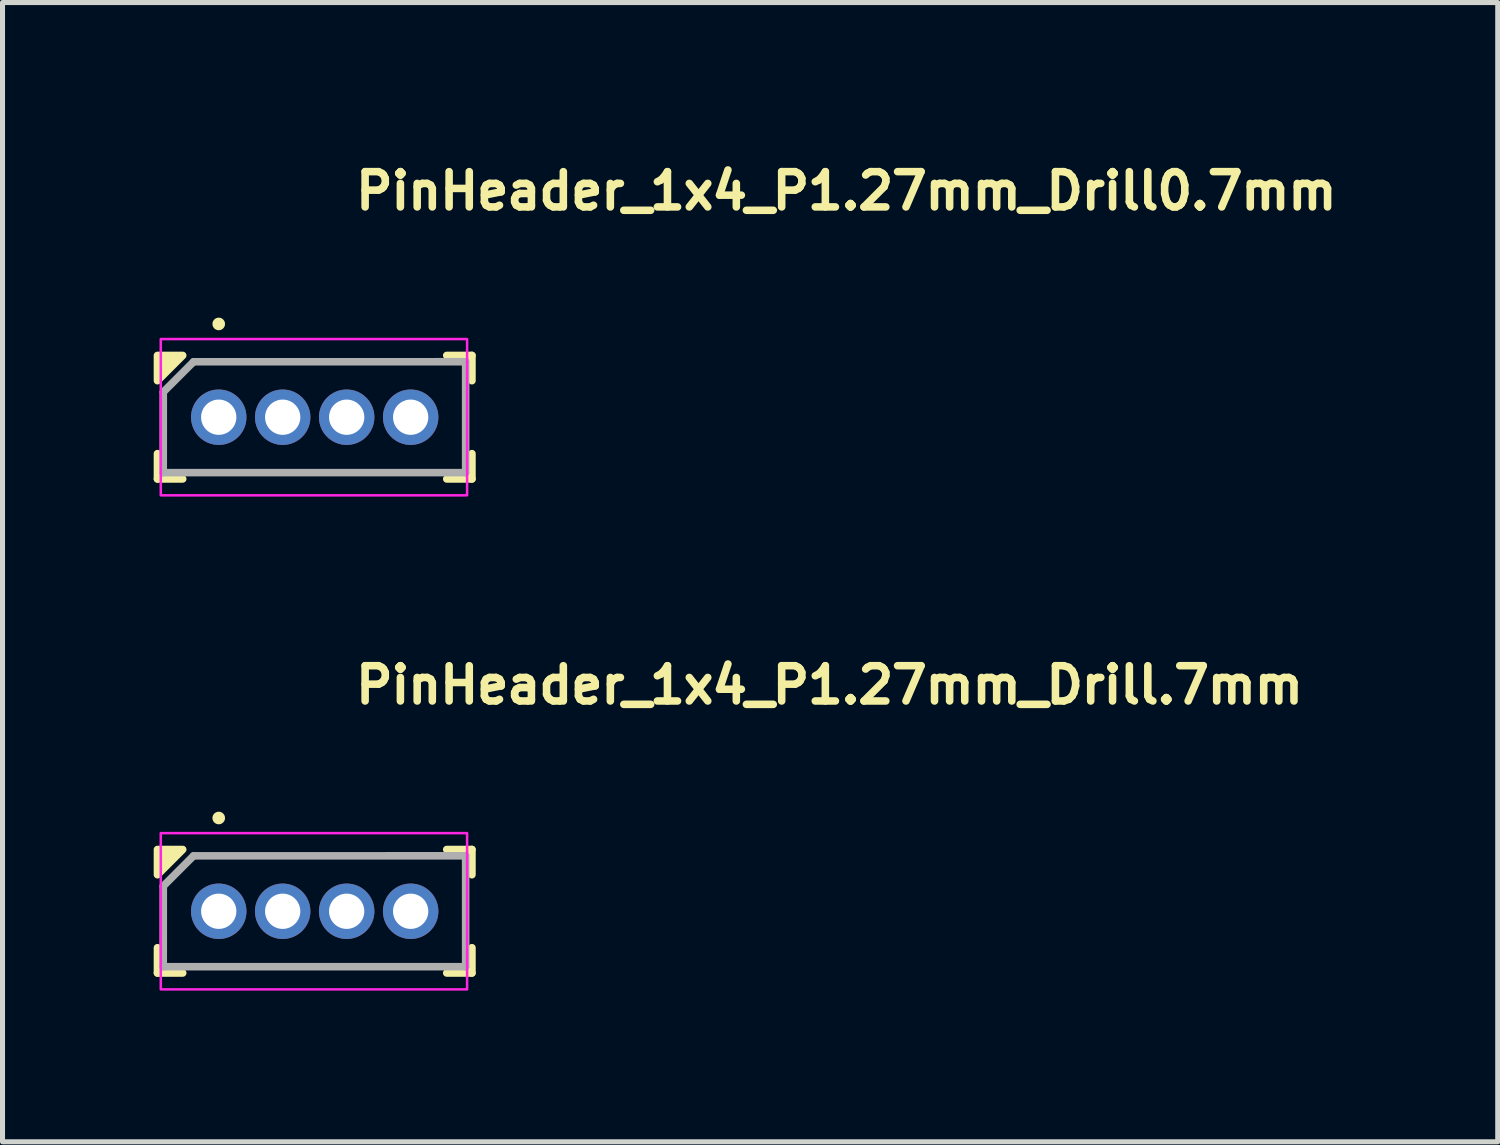
<source format=kicad_pcb>
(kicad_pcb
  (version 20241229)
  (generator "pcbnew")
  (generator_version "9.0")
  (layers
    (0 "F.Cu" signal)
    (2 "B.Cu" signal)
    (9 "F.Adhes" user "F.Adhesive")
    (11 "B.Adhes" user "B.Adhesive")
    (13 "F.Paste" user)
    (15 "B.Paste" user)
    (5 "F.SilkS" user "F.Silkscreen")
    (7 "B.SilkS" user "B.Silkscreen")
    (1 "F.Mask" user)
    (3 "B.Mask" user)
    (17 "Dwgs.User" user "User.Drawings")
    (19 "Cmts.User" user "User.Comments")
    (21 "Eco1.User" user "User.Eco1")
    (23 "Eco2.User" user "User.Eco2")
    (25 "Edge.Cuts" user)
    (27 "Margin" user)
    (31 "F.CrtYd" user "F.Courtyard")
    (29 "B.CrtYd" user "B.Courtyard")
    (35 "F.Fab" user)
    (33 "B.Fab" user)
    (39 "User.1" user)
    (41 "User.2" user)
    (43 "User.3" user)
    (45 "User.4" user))
  (footprint "PinHeader_1x4_P1.27mm_Drill.7mm"
    (layer "F.Cu")
    (at 1.291 15.035)
    (property "Reference" "PinHeader_1x4_P1.27mm_Drill.7mm" (at 2.64 -4.08 0) (layer "F.SilkS") (effects (font (size 0.7 0.7) (thickness 0.15)) (justify left bottom)))
    (attr through_hole)
    (fp_line (start -1.216 1.225) (end -1.216 0.723) (stroke (width 0.15) (type solid)) (layer "F.SilkS"))
    (fp_line (start -1.216 1.225) (end -0.715 1.225) (stroke (width 0.15) (type solid)) (layer "F.SilkS"))
    (fp_line (start 5.025 -1.226) (end 4.525 -1.226) (stroke (width 0.15) (type solid)) (layer "F.SilkS"))
    (fp_line (start 5.025 -1.226) (end 5.025 -0.725) (stroke (width 0.15) (type solid)) (layer "F.SilkS"))
    (fp_line (start 5.025 1.225) (end 4.525 1.225) (stroke (width 0.15) (type solid)) (layer "F.SilkS"))
    (fp_line (start 5.025 1.225) (end 5.025 0.723) (stroke (width 0.15) (type solid)) (layer "F.SilkS"))
    (fp_circle (center 0 -1.851) (end 0.05 -1.851) (stroke (width 0.15) (type solid)) (fill yes) (layer "F.SilkS"))
    (fp_poly (pts (xy -1.216 -0.725) (xy -1.216 -1.226) (xy -0.715 -1.226)) (stroke (width 0.15) (type solid)) (fill yes) (layer "F.SilkS"))
    (fp_rect (start 4.929 1.55) (end -1.15 -1.551) (stroke (width 0.05) (type solid)) (fill no) (layer "F.CrtYd"))
    (fp_line (start -1.101 1.1) (end 4.9 1.1) (stroke (width 0.15) (type solid)) (layer "F.Fab"))
    (fp_line (start -1.1 -0.5) (end -1.101 1.1) (stroke (width 0.15) (type solid)) (layer "F.Fab"))
    (fp_line (start -1.1 -0.5) (end -0.5 -1.1) (stroke (width 0.15) (type solid)) (layer "F.Fab"))
    (fp_line (start -0.5 -1.1) (end 4.9 -1.101) (stroke (width 0.15) (type solid)) (layer "F.Fab"))
    (fp_line (start 4.9 -1.101) (end 4.9 1.1) (stroke (width 0.15) (type solid)) (layer "F.Fab"))
    (fp_rect (start 4.429 1.05) (end -0.65 -1.051) (stroke (width 0.1) (type solid)) (fill no) (layer "User.5"))
    (fp_line (start -0.635 -0.923) (end -0.635 0.925) (stroke (width 0.02) (type solid)) (layer "User.9"))
    (fp_line (start -0.635 0.925) (end -0.508 1.051) (stroke (width 0.02) (type solid)) (layer "User.9"))
    (fp_line (start -0.508 -1.05) (end -0.635 -0.923) (stroke (width 0.02) (type solid)) (layer "User.9"))
    (fp_line (start -0.508 1.051) (end 0.506 1.051) (stroke (width 0.02) (type solid)) (layer "User.9"))
    (fp_line (start -0.202 -0.2) (end -0.102 -0.1) (stroke (width 0.02) (type solid)) (layer "User.9"))
    (fp_line (start -0.202 0.202) (end -0.202 -0.2) (stroke (width 0.02) (type solid)) (layer "User.9"))
    (fp_line (start -0.202 0.202) (end -0.102 0.102) (stroke (width 0.02) (type solid)) (layer "User.9"))
    (fp_line (start -0.102 0.102) (end -0.102 -0.1) (stroke (width 0.02) (type solid)) (layer "User.9"))
    (fp_line (start 0.1 -0.1) (end -0.102 -0.1) (stroke (width 0.02) (type solid)) (layer "User.9"))
    (fp_line (start 0.1 0.102) (end -0.102 0.102) (stroke (width 0.02) (type solid)) (layer "User.9"))
    (fp_line (start 0.1 0.102) (end 0.1 -0.1) (stroke (width 0.02) (type solid)) (layer "User.9"))
    (fp_line (start 0.2 -0.2) (end -0.202 -0.2) (stroke (width 0.02) (type solid)) (layer "User.9"))
    (fp_line (start 0.2 -0.2) (end 0.1 -0.1) (stroke (width 0.02) (type solid)) (layer "User.9"))
    (fp_line (start 0.2 0.202) (end -0.202 0.202) (stroke (width 0.02) (type solid)) (layer "User.9"))
    (fp_line (start 0.2 0.202) (end 0.1 0.102) (stroke (width 0.02) (type solid)) (layer "User.9"))
    (fp_line (start 0.2 0.202) (end 0.2 -0.2) (stroke (width 0.02) (type solid)) (layer "User.9"))
    (fp_line (start 0.506 -1.05) (end -0.508 -1.05) (stroke (width 0.02) (type solid)) (layer "User.9"))
    (fp_line (start 0.506 1.051) (end 0.633 0.925) (stroke (width 0.02) (type solid)) (layer "User.9"))
    (fp_line (start 0.633 -0.923) (end 0.506 -1.05) (stroke (width 0.02) (type solid)) (layer "User.9"))
    (fp_line (start 0.633 0.925) (end 0.76 1.051) (stroke (width 0.02) (type solid)) (layer "User.9"))
    (fp_line (start 0.76 -1.05) (end 0.633 -0.923) (stroke (width 0.02) (type solid)) (layer "User.9"))
    (fp_line (start 0.76 1.051) (end 1.776 1.051) (stroke (width 0.02) (type solid)) (layer "User.9"))
    (fp_line (start 1.069 -0.2) (end 1.168 -0.1) (stroke (width 0.02) (type solid)) (layer "User.9"))
    (fp_line (start 1.069 0.202) (end 1.069 -0.2) (stroke (width 0.02) (type solid)) (layer "User.9"))
    (fp_line (start 1.069 0.202) (end 1.168 0.102) (stroke (width 0.02) (type solid)) (layer "User.9"))
    (fp_line (start 1.168 0.102) (end 1.168 -0.1) (stroke (width 0.02) (type solid)) (layer "User.9"))
    (fp_line (start 1.369 -0.1) (end 1.168 -0.1) (stroke (width 0.02) (type solid)) (layer "User.9"))
    (fp_line (start 1.369 0.102) (end 1.168 0.102) (stroke (width 0.02) (type solid)) (layer "User.9"))
    (fp_line (start 1.369 0.102) (end 1.369 -0.1) (stroke (width 0.02) (type solid)) (layer "User.9"))
    (fp_line (start 1.468 -0.2) (end 1.069 -0.2) (stroke (width 0.02) (type solid)) (layer "User.9"))
    (fp_line (start 1.468 -0.2) (end 1.369 -0.1) (stroke (width 0.02) (type solid)) (layer "User.9"))
    (fp_line (start 1.468 0.202) (end 1.069 0.202) (stroke (width 0.02) (type solid)) (layer "User.9"))
    (fp_line (start 1.468 0.202) (end 1.369 0.102) (stroke (width 0.02) (type solid)) (layer "User.9"))
    (fp_line (start 1.468 0.202) (end 1.468 -0.2) (stroke (width 0.02) (type solid)) (layer "User.9"))
    (fp_line (start 1.776 -1.05) (end 0.76 -1.05) (stroke (width 0.02) (type solid)) (layer "User.9"))
    (fp_line (start 1.776 1.051) (end 1.903 0.925) (stroke (width 0.02) (type solid)) (layer "User.9"))
    (fp_line (start 1.903 -0.923) (end 1.776 -1.05) (stroke (width 0.02) (type solid)) (layer "User.9"))
    (fp_line (start 1.903 0.925) (end 2.03 1.051) (stroke (width 0.02) (type solid)) (layer "User.9"))
    (fp_line (start 2.03 -1.05) (end 1.903 -0.923) (stroke (width 0.02) (type solid)) (layer "User.9"))
    (fp_line (start 2.03 1.051) (end 3.046 1.051) (stroke (width 0.02) (type solid)) (layer "User.9"))
    (fp_line (start 2.338 -0.2) (end 2.438 -0.1) (stroke (width 0.02) (type solid)) (layer "User.9"))
    (fp_line (start 2.338 0.202) (end 2.338 -0.2) (stroke (width 0.02) (type solid)) (layer "User.9"))
    (fp_line (start 2.338 0.202) (end 2.438 0.102) (stroke (width 0.02) (type solid)) (layer "User.9"))
    (fp_line (start 2.438 0.102) (end 2.438 -0.1) (stroke (width 0.02) (type solid)) (layer "User.9"))
    (fp_line (start 2.639 -0.1) (end 2.438 -0.1) (stroke (width 0.02) (type solid)) (layer "User.9"))
    (fp_line (start 2.639 0.102) (end 2.438 0.102) (stroke (width 0.02) (type solid)) (layer "User.9"))
    (fp_line (start 2.639 0.102) (end 2.639 -0.1) (stroke (width 0.02) (type solid)) (layer "User.9"))
    (fp_line (start 2.74 -0.2) (end 2.338 -0.2) (stroke (width 0.02) (type solid)) (layer "User.9"))
    (fp_line (start 2.74 -0.2) (end 2.639 -0.1) (stroke (width 0.02) (type solid)) (layer "User.9"))
    (fp_line (start 2.74 0.202) (end 2.338 0.202) (stroke (width 0.02) (type solid)) (layer "User.9"))
    (fp_line (start 2.74 0.202) (end 2.639 0.102) (stroke (width 0.02) (type solid)) (layer "User.9"))
    (fp_line (start 2.74 0.202) (end 2.74 -0.2) (stroke (width 0.02) (type solid)) (layer "User.9"))
    (fp_line (start 3.046 -1.05) (end 2.03 -1.05) (stroke (width 0.02) (type solid)) (layer "User.9"))
    (fp_line (start 3.046 1.051) (end 3.174 0.925) (stroke (width 0.02) (type solid)) (layer "User.9"))
    (fp_line (start 3.174 -0.923) (end 3.046 -1.05) (stroke (width 0.02) (type solid)) (layer "User.9"))
    (fp_line (start 3.174 0.925) (end 3.3 1.051) (stroke (width 0.02) (type solid)) (layer "User.9"))
    (fp_line (start 3.3 -1.05) (end 3.174 -0.923) (stroke (width 0.02) (type solid)) (layer "User.9"))
    (fp_line (start 3.3 1.051) (end 4.317 1.051) (stroke (width 0.02) (type solid)) (layer "User.9"))
    (fp_line (start 3.608 -0.2) (end 3.708 -0.1) (stroke (width 0.02) (type solid)) (layer "User.9"))
    (fp_line (start 3.608 0.202) (end 3.608 -0.2) (stroke (width 0.02) (type solid)) (layer "User.9"))
    (fp_line (start 3.608 0.202) (end 3.708 0.102) (stroke (width 0.02) (type solid)) (layer "User.9"))
    (fp_line (start 3.708 0.102) (end 3.708 -0.1) (stroke (width 0.02) (type solid)) (layer "User.9"))
    (fp_line (start 3.909 -0.1) (end 3.708 -0.1) (stroke (width 0.02) (type solid)) (layer "User.9"))
    (fp_line (start 3.909 0.102) (end 3.708 0.102) (stroke (width 0.02) (type solid)) (layer "User.9"))
    (fp_line (start 3.909 0.102) (end 3.909 -0.1) (stroke (width 0.02) (type solid)) (layer "User.9"))
    (fp_line (start 4.008 -0.2) (end 3.608 -0.2) (stroke (width 0.02) (type solid)) (layer "User.9"))
    (fp_line (start 4.008 -0.2) (end 3.909 -0.1) (stroke (width 0.02) (type solid)) (layer "User.9"))
    (fp_line (start 4.008 0.202) (end 3.608 0.202) (stroke (width 0.02) (type solid)) (layer "User.9"))
    (fp_line (start 4.008 0.202) (end 3.909 0.102) (stroke (width 0.02) (type solid)) (layer "User.9"))
    (fp_line (start 4.008 0.202) (end 4.008 -0.2) (stroke (width 0.02) (type solid)) (layer "User.9"))
    (fp_line (start 4.317 -1.05) (end 3.3 -1.05) (stroke (width 0.02) (type solid)) (layer "User.9"))
    (fp_line (start 4.317 1.051) (end 4.444 0.925) (stroke (width 0.02) (type solid)) (layer "User.9"))
    (fp_line (start 4.444 -0.923) (end 4.317 -1.05) (stroke (width 0.02) (type solid)) (layer "User.9"))
    (fp_line (start 4.444 0.925) (end 4.444 -0.923) (stroke (width 0.02) (type solid)) (layer "User.9"))
    (pad "1" thru_hole circle (at 0 0) (size 1.1 1.1) (drill 0.7) (layers "*.Cu" "*.Mask"))
    (pad "2" thru_hole circle (at 1.269 0) (size 1.1 1.1) (drill 0.7) (layers "*.Cu" "*.Mask"))
    (pad "3" thru_hole circle (at 2.539 0) (size 1.1 1.1) (drill 0.7) (layers "*.Cu" "*.Mask"))
    (pad "4" thru_hole circle (at 3.809 0) (size 1.1 1.1) (drill 0.7) (layers "*.Cu" "*.Mask")))
  (footprint "PinHeader_1x4_P1.27mm_Drill0.7mm"
    (layer "F.Cu")
    (at 1.291 5.23)
    (property "Reference" "PinHeader_1x4_P1.27mm_Drill0.7mm" (at 2.64 -4.08 0) (layer "F.SilkS") (effects (font (size 0.7 0.7) (thickness 0.15)) (justify left bottom)))
    (attr through_hole)
    (fp_line (start -1.216 1.225) (end -1.216 0.723) (stroke (width 0.15) (type solid)) (layer "F.SilkS"))
    (fp_line (start -1.216 1.225) (end -0.715 1.225) (stroke (width 0.15) (type solid)) (layer "F.SilkS"))
    (fp_line (start 5.025 -1.226) (end 4.525 -1.226) (stroke (width 0.15) (type solid)) (layer "F.SilkS"))
    (fp_line (start 5.025 -1.226) (end 5.025 -0.725) (stroke (width 0.15) (type solid)) (layer "F.SilkS"))
    (fp_line (start 5.025 1.225) (end 4.525 1.225) (stroke (width 0.15) (type solid)) (layer "F.SilkS"))
    (fp_line (start 5.025 1.225) (end 5.025 0.723) (stroke (width 0.15) (type solid)) (layer "F.SilkS"))
    (fp_circle (center 0 -1.851) (end 0.05 -1.851) (stroke (width 0.15) (type solid)) (fill yes) (layer "F.SilkS"))
    (fp_poly (pts (xy -1.216 -0.725) (xy -1.216 -1.226) (xy -0.715 -1.226)) (stroke (width 0.15) (type solid)) (fill yes) (layer "F.SilkS"))
    (fp_rect (start 4.929 1.55) (end -1.15 -1.551) (stroke (width 0.05) (type solid)) (fill no) (layer "F.CrtYd"))
    (fp_line (start -1.101 1.1) (end 4.9 1.1) (stroke (width 0.15) (type solid)) (layer "F.Fab"))
    (fp_line (start -1.1 -0.5) (end -1.101 1.1) (stroke (width 0.15) (type solid)) (layer "F.Fab"))
    (fp_line (start -1.1 -0.5) (end -0.5 -1.1) (stroke (width 0.15) (type solid)) (layer "F.Fab"))
    (fp_line (start -0.5 -1.1) (end 4.9 -1.101) (stroke (width 0.15) (type solid)) (layer "F.Fab"))
    (fp_line (start 4.9 -1.101) (end 4.9 1.1) (stroke (width 0.15) (type solid)) (layer "F.Fab"))
    (fp_rect (start 4.429 1.05) (end -0.65 -1.051) (stroke (width 0.1) (type solid)) (fill no) (layer "User.5"))
    (fp_line (start -0.635 -0.923) (end -0.635 0.925) (stroke (width 0.02) (type solid)) (layer "User.9"))
    (fp_line (start -0.635 0.925) (end -0.508 1.051) (stroke (width 0.02) (type solid)) (layer "User.9"))
    (fp_line (start -0.508 -1.05) (end -0.635 -0.923) (stroke (width 0.02) (type solid)) (layer "User.9"))
    (fp_line (start -0.508 1.051) (end 0.506 1.051) (stroke (width 0.02) (type solid)) (layer "User.9"))
    (fp_line (start -0.202 -0.2) (end -0.102 -0.1) (stroke (width 0.02) (type solid)) (layer "User.9"))
    (fp_line (start -0.202 0.202) (end -0.202 -0.2) (stroke (width 0.02) (type solid)) (layer "User.9"))
    (fp_line (start -0.202 0.202) (end -0.102 0.102) (stroke (width 0.02) (type solid)) (layer "User.9"))
    (fp_line (start -0.102 0.102) (end -0.102 -0.1) (stroke (width 0.02) (type solid)) (layer "User.9"))
    (fp_line (start 0.1 -0.1) (end -0.102 -0.1) (stroke (width 0.02) (type solid)) (layer "User.9"))
    (fp_line (start 0.1 0.102) (end -0.102 0.102) (stroke (width 0.02) (type solid)) (layer "User.9"))
    (fp_line (start 0.1 0.102) (end 0.1 -0.1) (stroke (width 0.02) (type solid)) (layer "User.9"))
    (fp_line (start 0.2 -0.2) (end -0.202 -0.2) (stroke (width 0.02) (type solid)) (layer "User.9"))
    (fp_line (start 0.2 -0.2) (end 0.1 -0.1) (stroke (width 0.02) (type solid)) (layer "User.9"))
    (fp_line (start 0.2 0.202) (end -0.202 0.202) (stroke (width 0.02) (type solid)) (layer "User.9"))
    (fp_line (start 0.2 0.202) (end 0.1 0.102) (stroke (width 0.02) (type solid)) (layer "User.9"))
    (fp_line (start 0.2 0.202) (end 0.2 -0.2) (stroke (width 0.02) (type solid)) (layer "User.9"))
    (fp_line (start 0.506 -1.05) (end -0.508 -1.05) (stroke (width 0.02) (type solid)) (layer "User.9"))
    (fp_line (start 0.506 1.051) (end 0.633 0.925) (stroke (width 0.02) (type solid)) (layer "User.9"))
    (fp_line (start 0.633 -0.923) (end 0.506 -1.05) (stroke (width 0.02) (type solid)) (layer "User.9"))
    (fp_line (start 0.633 0.925) (end 0.76 1.051) (stroke (width 0.02) (type solid)) (layer "User.9"))
    (fp_line (start 0.76 -1.05) (end 0.633 -0.923) (stroke (width 0.02) (type solid)) (layer "User.9"))
    (fp_line (start 0.76 1.051) (end 1.776 1.051) (stroke (width 0.02) (type solid)) (layer "User.9"))
    (fp_line (start 1.069 -0.2) (end 1.168 -0.1) (stroke (width 0.02) (type solid)) (layer "User.9"))
    (fp_line (start 1.069 0.202) (end 1.069 -0.2) (stroke (width 0.02) (type solid)) (layer "User.9"))
    (fp_line (start 1.069 0.202) (end 1.168 0.102) (stroke (width 0.02) (type solid)) (layer "User.9"))
    (fp_line (start 1.168 0.102) (end 1.168 -0.1) (stroke (width 0.02) (type solid)) (layer "User.9"))
    (fp_line (start 1.369 -0.1) (end 1.168 -0.1) (stroke (width 0.02) (type solid)) (layer "User.9"))
    (fp_line (start 1.369 0.102) (end 1.168 0.102) (stroke (width 0.02) (type solid)) (layer "User.9"))
    (fp_line (start 1.369 0.102) (end 1.369 -0.1) (stroke (width 0.02) (type solid)) (layer "User.9"))
    (fp_line (start 1.468 -0.2) (end 1.069 -0.2) (stroke (width 0.02) (type solid)) (layer "User.9"))
    (fp_line (start 1.468 -0.2) (end 1.369 -0.1) (stroke (width 0.02) (type solid)) (layer "User.9"))
    (fp_line (start 1.468 0.202) (end 1.069 0.202) (stroke (width 0.02) (type solid)) (layer "User.9"))
    (fp_line (start 1.468 0.202) (end 1.369 0.102) (stroke (width 0.02) (type solid)) (layer "User.9"))
    (fp_line (start 1.468 0.202) (end 1.468 -0.2) (stroke (width 0.02) (type solid)) (layer "User.9"))
    (fp_line (start 1.776 -1.05) (end 0.76 -1.05) (stroke (width 0.02) (type solid)) (layer "User.9"))
    (fp_line (start 1.776 1.051) (end 1.903 0.925) (stroke (width 0.02) (type solid)) (layer "User.9"))
    (fp_line (start 1.903 -0.923) (end 1.776 -1.05) (stroke (width 0.02) (type solid)) (layer "User.9"))
    (fp_line (start 1.903 0.925) (end 2.03 1.051) (stroke (width 0.02) (type solid)) (layer "User.9"))
    (fp_line (start 2.03 -1.05) (end 1.903 -0.923) (stroke (width 0.02) (type solid)) (layer "User.9"))
    (fp_line (start 2.03 1.051) (end 3.046 1.051) (stroke (width 0.02) (type solid)) (layer "User.9"))
    (fp_line (start 2.338 -0.2) (end 2.438 -0.1) (stroke (width 0.02) (type solid)) (layer "User.9"))
    (fp_line (start 2.338 0.202) (end 2.338 -0.2) (stroke (width 0.02) (type solid)) (layer "User.9"))
    (fp_line (start 2.338 0.202) (end 2.438 0.102) (stroke (width 0.02) (type solid)) (layer "User.9"))
    (fp_line (start 2.438 0.102) (end 2.438 -0.1) (stroke (width 0.02) (type solid)) (layer "User.9"))
    (fp_line (start 2.639 -0.1) (end 2.438 -0.1) (stroke (width 0.02) (type solid)) (layer "User.9"))
    (fp_line (start 2.639 0.102) (end 2.438 0.102) (stroke (width 0.02) (type solid)) (layer "User.9"))
    (fp_line (start 2.639 0.102) (end 2.639 -0.1) (stroke (width 0.02) (type solid)) (layer "User.9"))
    (fp_line (start 2.74 -0.2) (end 2.338 -0.2) (stroke (width 0.02) (type solid)) (layer "User.9"))
    (fp_line (start 2.74 -0.2) (end 2.639 -0.1) (stroke (width 0.02) (type solid)) (layer "User.9"))
    (fp_line (start 2.74 0.202) (end 2.338 0.202) (stroke (width 0.02) (type solid)) (layer "User.9"))
    (fp_line (start 2.74 0.202) (end 2.639 0.102) (stroke (width 0.02) (type solid)) (layer "User.9"))
    (fp_line (start 2.74 0.202) (end 2.74 -0.2) (stroke (width 0.02) (type solid)) (layer "User.9"))
    (fp_line (start 3.046 -1.05) (end 2.03 -1.05) (stroke (width 0.02) (type solid)) (layer "User.9"))
    (fp_line (start 3.046 1.051) (end 3.174 0.925) (stroke (width 0.02) (type solid)) (layer "User.9"))
    (fp_line (start 3.174 -0.923) (end 3.046 -1.05) (stroke (width 0.02) (type solid)) (layer "User.9"))
    (fp_line (start 3.174 0.925) (end 3.3 1.051) (stroke (width 0.02) (type solid)) (layer "User.9"))
    (fp_line (start 3.3 -1.05) (end 3.174 -0.923) (stroke (width 0.02) (type solid)) (layer "User.9"))
    (fp_line (start 3.3 1.051) (end 4.317 1.051) (stroke (width 0.02) (type solid)) (layer "User.9"))
    (fp_line (start 3.608 -0.2) (end 3.708 -0.1) (stroke (width 0.02) (type solid)) (layer "User.9"))
    (fp_line (start 3.608 0.202) (end 3.608 -0.2) (stroke (width 0.02) (type solid)) (layer "User.9"))
    (fp_line (start 3.608 0.202) (end 3.708 0.102) (stroke (width 0.02) (type solid)) (layer "User.9"))
    (fp_line (start 3.708 0.102) (end 3.708 -0.1) (stroke (width 0.02) (type solid)) (layer "User.9"))
    (fp_line (start 3.909 -0.1) (end 3.708 -0.1) (stroke (width 0.02) (type solid)) (layer "User.9"))
    (fp_line (start 3.909 0.102) (end 3.708 0.102) (stroke (width 0.02) (type solid)) (layer "User.9"))
    (fp_line (start 3.909 0.102) (end 3.909 -0.1) (stroke (width 0.02) (type solid)) (layer "User.9"))
    (fp_line (start 4.008 -0.2) (end 3.608 -0.2) (stroke (width 0.02) (type solid)) (layer "User.9"))
    (fp_line (start 4.008 -0.2) (end 3.909 -0.1) (stroke (width 0.02) (type solid)) (layer "User.9"))
    (fp_line (start 4.008 0.202) (end 3.608 0.202) (stroke (width 0.02) (type solid)) (layer "User.9"))
    (fp_line (start 4.008 0.202) (end 3.909 0.102) (stroke (width 0.02) (type solid)) (layer "User.9"))
    (fp_line (start 4.008 0.202) (end 4.008 -0.2) (stroke (width 0.02) (type solid)) (layer "User.9"))
    (fp_line (start 4.317 -1.05) (end 3.3 -1.05) (stroke (width 0.02) (type solid)) (layer "User.9"))
    (fp_line (start 4.317 1.051) (end 4.444 0.925) (stroke (width 0.02) (type solid)) (layer "User.9"))
    (fp_line (start 4.444 -0.923) (end 4.317 -1.05) (stroke (width 0.02) (type solid)) (layer "User.9"))
    (fp_line (start 4.444 0.925) (end 4.444 -0.923) (stroke (width 0.02) (type solid)) (layer "User.9"))
    (pad "1" thru_hole circle (at 0 0) (size 1.1 1.1) (drill 0.7) (layers "*.Cu" "*.Mask"))
    (pad "2" thru_hole circle (at 1.269 0) (size 1.1 1.1) (drill 0.7) (layers "*.Cu" "*.Mask"))
    (pad "3" thru_hole circle (at 2.539 0) (size 1.1 1.1) (drill 0.7) (layers "*.Cu" "*.Mask"))
    (pad "4" thru_hole circle (at 3.809 0) (size 1.1 1.1) (drill 0.7) (layers "*.Cu" "*.Mask")))
  (gr_rect
    (start -3 -3)
    (end 26.674 19.61)
    (stroke (width 0.1) (type default))
    (fill no)
    (layer "Edge.Cuts")))
</source>
